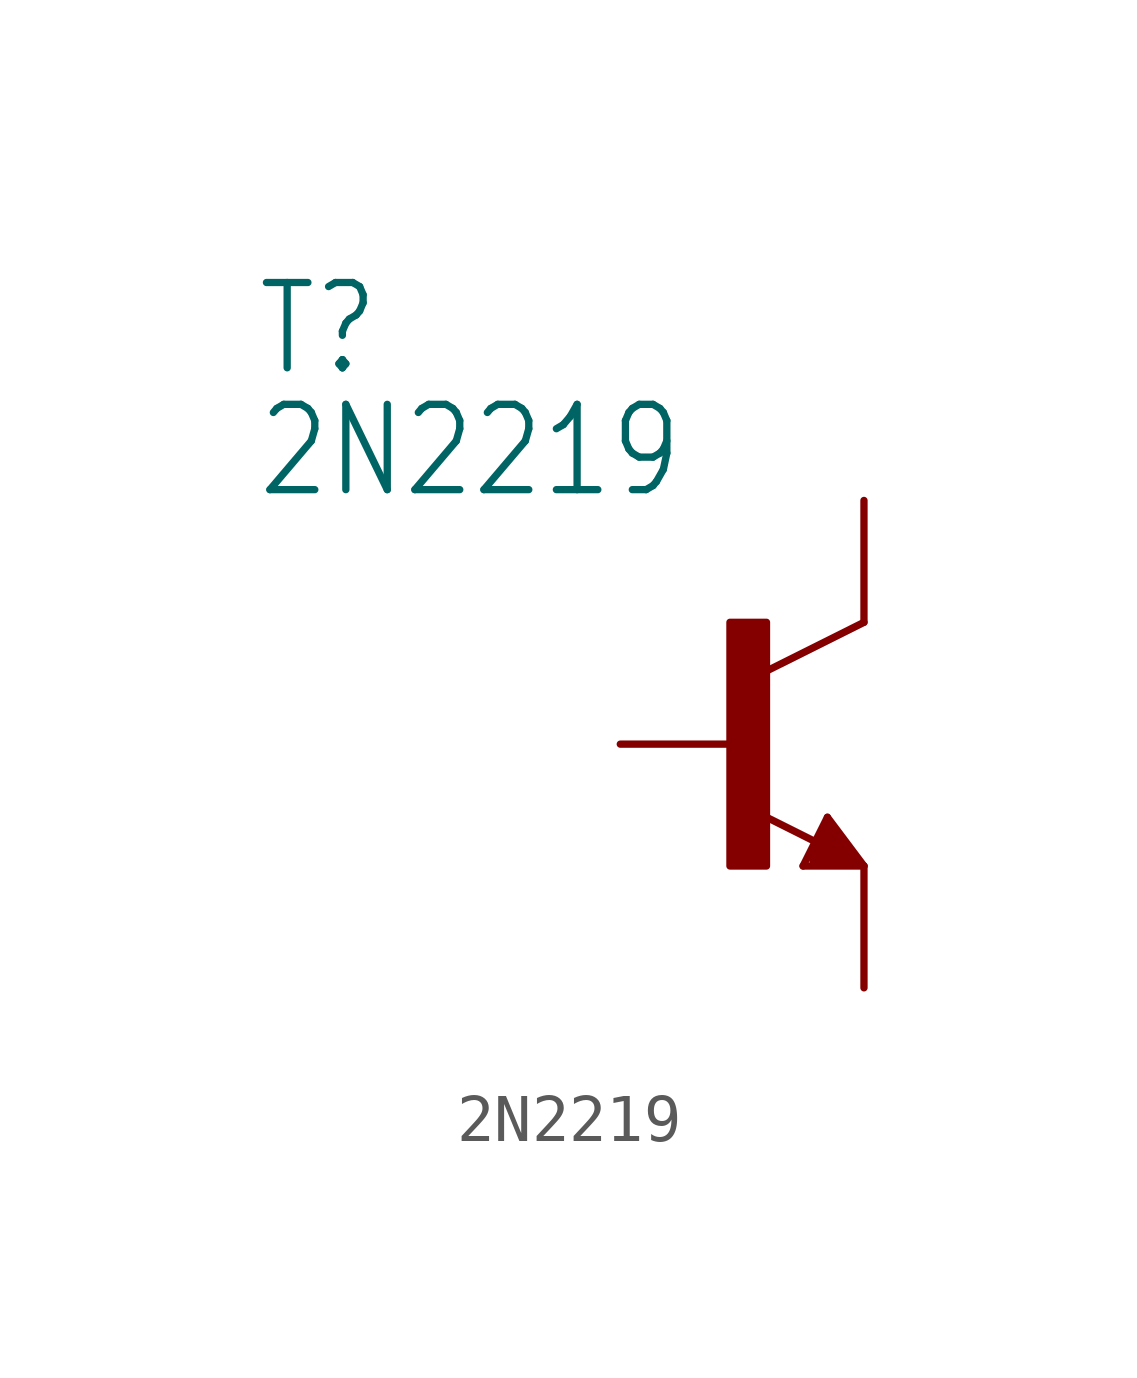
<source format=kicad_sym>
(kicad_symbol_lib
  (version 20211014)
  (generator kicad_symbol_editor)
  (symbol "2N2219"
    (property "Reference" "T"
      (at -10.16 7.62 0)
      (effects (font (size 1.778 1.511)) (justify left bottom)))
    (property "Value" "2N2219"
      (at -10.16 5.08 0)
      (effects (font (size 1.778 1.511)) (justify left bottom)))
    (property "ki_locked" ""
      (at 0 0 0)
      (effects (font (size 1.27 1.27))))
    (symbol "2N2219_1_0"
      (rectangle (start -0.254 -2.54) (end 0.508 2.54) (stroke (width 0) (type default) (color 0 0 0 0)) (fill (type outline)))
      (polyline (pts (xy 1.27 -2.54) (xy 1.778 -1.524)) (stroke (width 0.152) (type default) (color 0 0 0 0)) (fill (type none)))
      (polyline (pts (xy 1.524 -2.413) (xy 2.286 -2.413)) (stroke (width 0.254) (type default) (color 0 0 0 0)) (fill (type none)))
      (polyline (pts (xy 1.524 -2.286) (xy 1.905 -2.286)) (stroke (width 0.254) (type default) (color 0 0 0 0)) (fill (type none)))
      (polyline (pts (xy 1.54 -2.04) (xy 0.308 -1.424)) (stroke (width 0.152) (type default) (color 0 0 0 0)) (fill (type none)))
      (polyline (pts (xy 1.778 -1.778) (xy 1.524 -2.286)) (stroke (width 0.254) (type default) (color 0 0 0 0)) (fill (type none)))
      (polyline (pts (xy 1.778 -1.524) (xy 2.54 -2.54)) (stroke (width 0.152) (type default) (color 0 0 0 0)) (fill (type none)))
      (polyline (pts (xy 1.905 -2.286) (xy 1.778 -2.032)) (stroke (width 0.254) (type default) (color 0 0 0 0)) (fill (type none)))
      (polyline (pts (xy 2.286 -2.413) (xy 1.778 -1.778)) (stroke (width 0.254) (type default) (color 0 0 0 0)) (fill (type none)))
      (polyline (pts (xy 2.54 -2.54) (xy 1.27 -2.54)) (stroke (width 0.152) (type default) (color 0 0 0 0)) (fill (type none)))
      (polyline (pts (xy 2.54 2.54) (xy 0.508 1.524)) (stroke (width 0.152) (type default) (color 0 0 0 0)) (fill (type none)))
      (pin passive line (at 2.54 -5.08 90) (length 2.54) (name "E" (effects (font (size 0 0)))) (number "1" (effects (font (size 0 0)))))
      (pin passive line (at -2.54 0 0) (length 2.54) (name "B" (effects (font (size 0 0)))) (number "2" (effects (font (size 0 0)))))
      (pin passive line (at 2.54 5.08 270) (length 2.54) (name "C" (effects (font (size 0 0)))) (number "3" (effects (font (size 0 0))))))))
</source>
